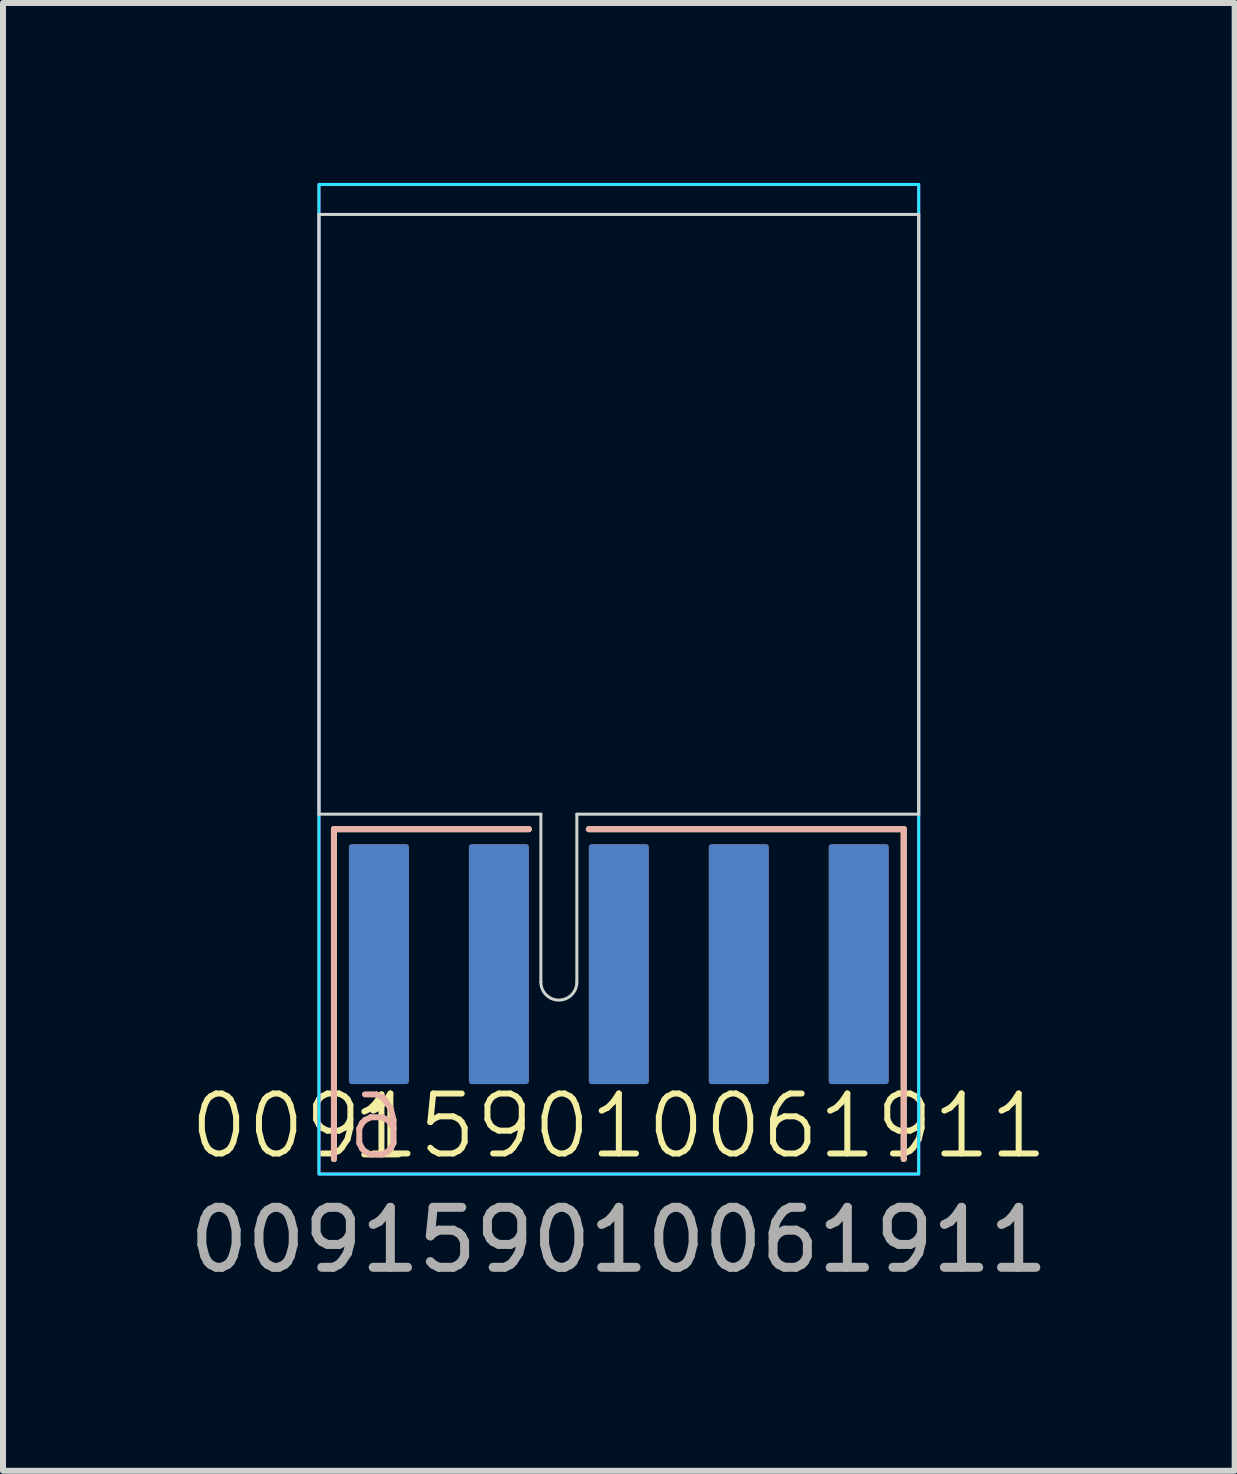
<source format=kicad_pcb>
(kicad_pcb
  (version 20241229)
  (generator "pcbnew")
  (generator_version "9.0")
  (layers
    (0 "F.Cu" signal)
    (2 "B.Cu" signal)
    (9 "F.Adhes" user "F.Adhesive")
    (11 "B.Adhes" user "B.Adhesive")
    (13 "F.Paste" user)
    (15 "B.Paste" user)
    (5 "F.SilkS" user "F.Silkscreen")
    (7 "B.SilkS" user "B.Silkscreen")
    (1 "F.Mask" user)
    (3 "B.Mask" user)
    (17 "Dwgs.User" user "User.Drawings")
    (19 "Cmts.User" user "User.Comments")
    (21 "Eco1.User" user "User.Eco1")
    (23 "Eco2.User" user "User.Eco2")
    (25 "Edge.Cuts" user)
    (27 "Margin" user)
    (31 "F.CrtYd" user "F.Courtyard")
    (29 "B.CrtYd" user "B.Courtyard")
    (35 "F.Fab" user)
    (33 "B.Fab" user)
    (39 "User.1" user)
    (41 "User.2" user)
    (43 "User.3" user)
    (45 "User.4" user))
  (footprint "009159010061911"
    (layer "F.Cu")
    (at 7.268 10.525)
    (property "Reference" "009159010061911" (at 0 5.2 0) (unlocked yes) (layer "F.SilkS") (effects (font (size 1 1) (thickness 0.1))))
    (attr smd)
    (fp_line (start -4.75 0.25) (end -4.75 5.75) (stroke (width 0.1) (type default)) (layer "F.SilkS"))
    (fp_line (start -4.75 0.25) (end -1.5 0.25) (stroke (width 0.1) (type default)) (layer "F.SilkS"))
    (fp_line (start -0.5 0.25) (end 4.75 0.25) (stroke (width 0.1) (type default)) (layer "F.SilkS"))
    (fp_line (start 4.75 0.25) (end 4.75 5.75) (stroke (width 0.1) (type default)) (layer "F.SilkS"))
    (fp_line (start -4.75 0.25) (end -1.5 0.25) (stroke (width 0.1) (type default)) (layer "B.SilkS"))
    (fp_line (start -4.75 5.75) (end -4.75 0.25) (stroke (width 0.1) (type default)) (layer "B.SilkS"))
    (fp_line (start -0.5 0.25) (end 4.75 0.25) (stroke (width 0.1) (type default)) (layer "B.SilkS"))
    (fp_line (start 4.75 0.25) (end 4.75 5.75) (stroke (width 0.1) (type default)) (layer "B.SilkS"))
    (fp_line (start -5 -10) (end 5 -10) (stroke (width 0.05) (type solid)) (layer "Edge.Cuts"))
    (fp_line (start -5 0) (end -5 -10) (stroke (width 0.05) (type solid)) (layer "Edge.Cuts"))
    (fp_line (start -5 0) (end -1.3 0) (stroke (width 0.05) (type default)) (layer "Edge.Cuts"))
    (fp_line (start -1.3 2.8) (end -1.3 0) (stroke (width 0.05) (type default)) (layer "Edge.Cuts"))
    (fp_line (start -0.7 0) (end 5 0) (stroke (width 0.05) (type default)) (layer "Edge.Cuts"))
    (fp_line (start -0.7 2.8) (end -0.7 0) (stroke (width 0.05) (type default)) (layer "Edge.Cuts"))
    (fp_line (start 5 -10) (end 5 0) (stroke (width 0.05) (type solid)) (layer "Edge.Cuts"))
    (fp_arc (start -0.7 2.8) (mid -1 3.1) (end -1.3 2.8) (stroke (width 0.05) (type default)) (layer "Edge.Cuts"))
    (fp_rect (start -5 -10.5) (end 5 6) (stroke (width 0.05) (type default)) (fill no) (layer "B.CrtYd"))
    (fp_rect (start -5 -10.5) (end 5 6) (stroke (width 0.05) (type default)) (fill no) (layer "F.CrtYd"))
    (fp_text user "1" (at -4.5 5.8 0) (unlocked yes) (layer "F.SilkS") (effects (font (size 1 1) (thickness 0.1)) (justify left bottom)))
    (fp_text user "6" (at -3.5 5.8 0) (unlocked yes) (layer "B.SilkS") (effects (font (size 1 1) (thickness 0.1)) (justify left bottom mirror)))
    (fp_text user "${REFERENCE}" (at 0 7.1 0) (unlocked yes) (layer "F.Fab") (effects (font (size 1 1) (thickness 0.15))))
    (pad "1" smd roundrect (at -4 2.5) (size 1 4) (layers "F.Cu" "F.Mask" "F.Paste") (roundrect_rratio 0.05))
    (pad "2" smd roundrect (at -2 2.5) (size 1 4) (layers "F.Cu" "F.Mask" "F.Paste") (roundrect_rratio 0.05))
    (pad "3" smd roundrect (at 0 2.5) (size 1 4) (layers "F.Cu" "F.Mask" "F.Paste") (roundrect_rratio 0.05))
    (pad "4" smd roundrect (at 2 2.5) (size 1 4) (layers "F.Cu" "F.Mask" "F.Paste") (roundrect_rratio 0.05))
    (pad "5" smd roundrect (at 4 2.5) (size 1 4) (layers "F.Cu" "F.Mask" "F.Paste") (roundrect_rratio 0.05))
    (pad "6" smd roundrect (at -4 2.5) (size 1 4) (layers "B.Cu" "B.Mask" "B.Paste") (roundrect_rratio 0.05) (padstack (mode custom) (layer "B.Cu" (shape roundrect) (size 1 4) (roundrect_rratio 0.05))))
    (pad "7" smd roundrect (at -2 2.5) (size 1 4) (layers "B.Cu" "B.Mask" "B.Paste") (roundrect_rratio 0.05) (padstack (mode custom) (layer "B.Cu" (shape roundrect) (size 1 4) (roundrect_rratio 0.05))))
    (pad "8" smd roundrect (at 0 2.5) (size 1 4) (layers "B.Cu" "B.Mask" "B.Paste") (roundrect_rratio 0.05) (padstack (mode custom) (layer "B.Cu" (shape roundrect) (size 1 4) (roundrect_rratio 0.05))))
    (pad "9" smd roundrect (at 2 2.5) (size 1 4) (layers "B.Cu" "B.Mask" "B.Paste") (roundrect_rratio 0.05) (padstack (mode custom) (layer "B.Cu" (shape roundrect) (size 1 4) (roundrect_rratio 0.05))))
    (pad "10" smd roundrect (at 4 2.5) (size 1 4) (layers "B.Cu" "B.Mask" "B.Paste") (roundrect_rratio 0.05) (padstack (mode custom) (layer "B.Cu" (shape roundrect) (size 1 4) (roundrect_rratio 0.05)))))
  (gr_rect
    (start -3 -3)
    (end 17.536 21.473)
    (stroke (width 0.1) (type default))
    (fill no)
    (layer "Edge.Cuts")))
</source>
